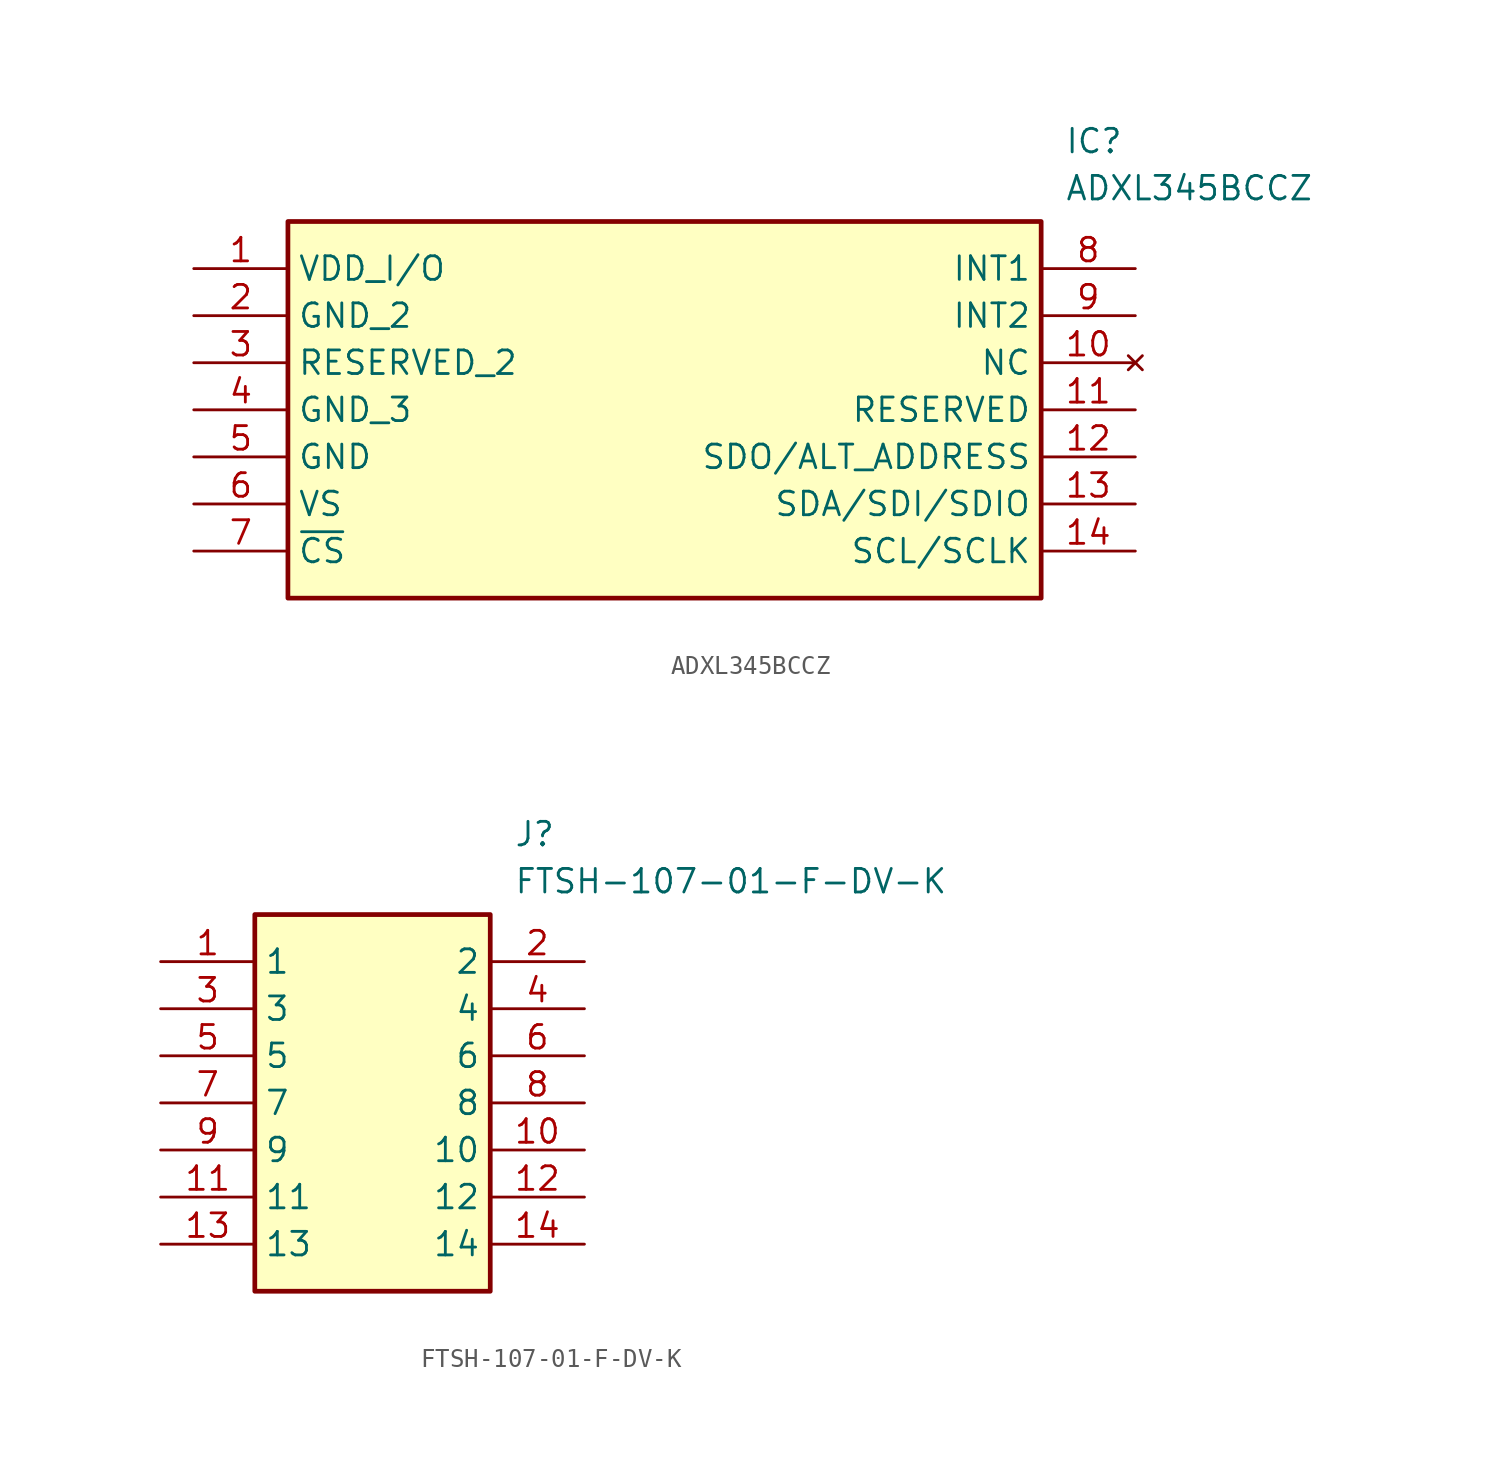
<source format=kicad_sym>
(kicad_symbol_lib
  (version 20220914)
  (generator SamacSys_ECAD_Model)
  (symbol "ADXL345BCCZ"
    (property "Reference" "IC"
      (at 46.99 7.62 0)
      (effects (font (size 1.27 1.27)) (justify left top)))
    (property "Value" "ADXL345BCCZ"
      (at 46.99 5.08 0)
      (effects (font (size 1.27 1.27)) (justify left top)))
    (rectangle
      (start 5.08 2.54)
      (end 45.72 -17.78)
      (stroke (width 0.254) (type default))
      (fill (type background)))
    (pin passive line
      (at 0 0 0)
      (length 5.08)
      (name "VDD_I/O" (effects (font (size 1.27 1.27))))
      (number "1" (effects (font (size 1.27 1.27)))))
    (pin passive line
      (at 0 -2.54 0)
      (length 5.08)
      (name "GND_2" (effects (font (size 1.27 1.27))))
      (number "2" (effects (font (size 1.27 1.27)))))
    (pin passive line
      (at 0 -5.08 0)
      (length 5.08)
      (name "RESERVED_2" (effects (font (size 1.27 1.27))))
      (number "3" (effects (font (size 1.27 1.27)))))
    (pin passive line
      (at 0 -7.62 0)
      (length 5.08)
      (name "GND_3" (effects (font (size 1.27 1.27))))
      (number "4" (effects (font (size 1.27 1.27)))))
    (pin passive line
      (at 0 -10.16 0)
      (length 5.08)
      (name "GND" (effects (font (size 1.27 1.27))))
      (number "5" (effects (font (size 1.27 1.27)))))
    (pin passive line
      (at 0 -12.7 0)
      (length 5.08)
      (name "VS" (effects (font (size 1.27 1.27))))
      (number "6" (effects (font (size 1.27 1.27)))))
    (pin passive line
      (at 0 -15.24 0)
      (length 5.08)
      (name "~{CS}" (effects (font (size 1.27 1.27))))
      (number "7" (effects (font (size 1.27 1.27)))))
    (pin passive line
      (at 50.8 0 180)
      (length 5.08)
      (name "INT1" (effects (font (size 1.27 1.27))))
      (number "8" (effects (font (size 1.27 1.27)))))
    (pin passive line
      (at 50.8 -2.54 180)
      (length 5.08)
      (name "INT2" (effects (font (size 1.27 1.27))))
      (number "9" (effects (font (size 1.27 1.27)))))
    (pin no_connect line
      (at 50.8 -5.08 180)
      (length 5.08)
      (name "NC" (effects (font (size 1.27 1.27))))
      (number "10" (effects (font (size 1.27 1.27)))))
    (pin passive line
      (at 50.8 -7.62 180)
      (length 5.08)
      (name "RESERVED" (effects (font (size 1.27 1.27))))
      (number "11" (effects (font (size 1.27 1.27)))))
    (pin passive line
      (at 50.8 -10.16 180)
      (length 5.08)
      (name "SDO/ALT_ADDRESS" (effects (font (size 1.27 1.27))))
      (number "12" (effects (font (size 1.27 1.27)))))
    (pin passive line
      (at 50.8 -12.7 180)
      (length 5.08)
      (name "SDA/SDI/SDIO" (effects (font (size 1.27 1.27))))
      (number "13" (effects (font (size 1.27 1.27)))))
    (pin passive line
      (at 50.8 -15.24 180)
      (length 5.08)
      (name "SCL/SCLK" (effects (font (size 1.27 1.27))))
      (number "14" (effects (font (size 1.27 1.27))))))
  (symbol "FTSH-107-01-F-DV-K"
    (property "Reference" "J"
      (at 19.05 7.62 0)
      (effects (font (size 1.27 1.27)) (justify left top)))
    (property "Value" "FTSH-107-01-F-DV-K"
      (at 19.05 5.08 0)
      (effects (font (size 1.27 1.27)) (justify left top)))
    (rectangle
      (start 5.08 2.54)
      (end 17.78 -17.78)
      (stroke (width 0.254) (type default))
      (fill (type background)))
    (pin passive line
      (at 0 0 0)
      (length 5.08)
      (name "1" (effects (font (size 1.27 1.27))))
      (number "1" (effects (font (size 1.27 1.27)))))
    (pin passive line
      (at 22.86 0 180)
      (length 5.08)
      (name "2" (effects (font (size 1.27 1.27))))
      (number "2" (effects (font (size 1.27 1.27)))))
    (pin passive line
      (at 0 -2.54 0)
      (length 5.08)
      (name "3" (effects (font (size 1.27 1.27))))
      (number "3" (effects (font (size 1.27 1.27)))))
    (pin passive line
      (at 22.86 -2.54 180)
      (length 5.08)
      (name "4" (effects (font (size 1.27 1.27))))
      (number "4" (effects (font (size 1.27 1.27)))))
    (pin passive line
      (at 0 -5.08 0)
      (length 5.08)
      (name "5" (effects (font (size 1.27 1.27))))
      (number "5" (effects (font (size 1.27 1.27)))))
    (pin passive line
      (at 22.86 -5.08 180)
      (length 5.08)
      (name "6" (effects (font (size 1.27 1.27))))
      (number "6" (effects (font (size 1.27 1.27)))))
    (pin passive line
      (at 0 -7.62 0)
      (length 5.08)
      (name "7" (effects (font (size 1.27 1.27))))
      (number "7" (effects (font (size 1.27 1.27)))))
    (pin passive line
      (at 22.86 -7.62 180)
      (length 5.08)
      (name "8" (effects (font (size 1.27 1.27))))
      (number "8" (effects (font (size 1.27 1.27)))))
    (pin passive line
      (at 0 -10.16 0)
      (length 5.08)
      (name "9" (effects (font (size 1.27 1.27))))
      (number "9" (effects (font (size 1.27 1.27)))))
    (pin passive line
      (at 22.86 -10.16 180)
      (length 5.08)
      (name "10" (effects (font (size 1.27 1.27))))
      (number "10" (effects (font (size 1.27 1.27)))))
    (pin passive line
      (at 0 -12.7 0)
      (length 5.08)
      (name "11" (effects (font (size 1.27 1.27))))
      (number "11" (effects (font (size 1.27 1.27)))))
    (pin passive line
      (at 22.86 -12.7 180)
      (length 5.08)
      (name "12" (effects (font (size 1.27 1.27))))
      (number "12" (effects (font (size 1.27 1.27)))))
    (pin passive line
      (at 0 -15.24 0)
      (length 5.08)
      (name "13" (effects (font (size 1.27 1.27))))
      (number "13" (effects (font (size 1.27 1.27)))))
    (pin passive line
      (at 22.86 -15.24 180)
      (length 5.08)
      (name "14" (effects (font (size 1.27 1.27))))
      (number "14" (effects (font (size 1.27 1.27)))))))
</source>
